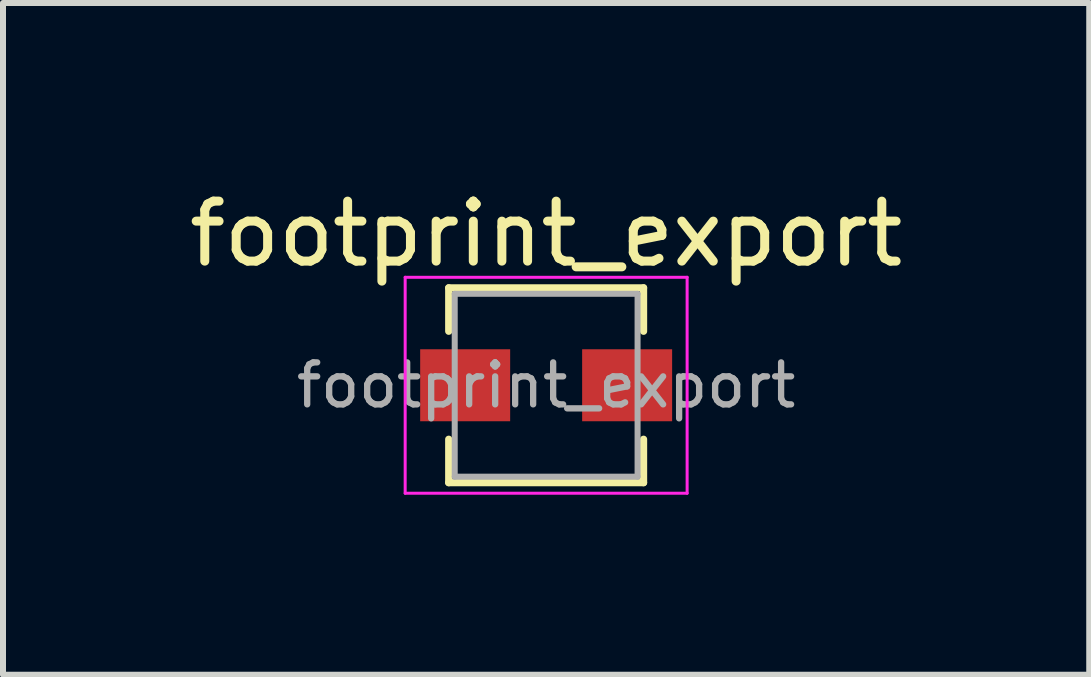
<source format=kicad_pcb>
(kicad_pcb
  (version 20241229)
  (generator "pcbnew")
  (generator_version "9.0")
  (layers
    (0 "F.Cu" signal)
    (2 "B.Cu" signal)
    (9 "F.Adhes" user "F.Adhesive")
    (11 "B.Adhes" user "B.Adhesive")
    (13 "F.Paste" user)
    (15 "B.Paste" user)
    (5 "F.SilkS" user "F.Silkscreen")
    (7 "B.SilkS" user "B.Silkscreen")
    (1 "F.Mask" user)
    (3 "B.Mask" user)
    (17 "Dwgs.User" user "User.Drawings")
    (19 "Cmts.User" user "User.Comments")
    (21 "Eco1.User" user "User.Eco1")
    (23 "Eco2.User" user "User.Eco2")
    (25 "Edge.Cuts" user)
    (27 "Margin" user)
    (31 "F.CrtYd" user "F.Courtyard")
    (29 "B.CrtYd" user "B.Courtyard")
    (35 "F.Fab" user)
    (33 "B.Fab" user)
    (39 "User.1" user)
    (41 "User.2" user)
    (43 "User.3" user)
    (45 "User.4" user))
  (footprint "footprint_export"
    (layer "F.Cu")
    (at 6.054 3.372)
    (property "Reference" "footprint_export" (at 0 -2.524 0) (layer "F.SilkS") (effects (font (size 1 1) (thickness 0.15))))
    (attr smd)
    (fp_line (start -1.624 -1.624) (end 1.624 -1.624) (stroke (width 0.12) (type solid)) (layer "F.SilkS"))
    (fp_line (start -1.624 -0.9) (end -1.624 -1.624) (stroke (width 0.12) (type solid)) (layer "F.SilkS"))
    (fp_line (start -1.624 0.9) (end -1.624 1.624) (stroke (width 0.12) (type solid)) (layer "F.SilkS"))
    (fp_line (start -1.624 1.624) (end 1.624 1.624) (stroke (width 0.12) (type solid)) (layer "F.SilkS"))
    (fp_line (start 1.624 -1.624) (end 1.624 -0.9) (stroke (width 0.12) (type solid)) (layer "F.SilkS"))
    (fp_line (start 1.624 1.624) (end 1.624 0.9) (stroke (width 0.12) (type solid)) (layer "F.SilkS"))
    (fp_line (start -2.35 -1.8) (end -2.35 1.8) (stroke (width 0.05) (type solid)) (layer "F.CrtYd"))
    (fp_line (start -2.35 1.8) (end 2.35 1.8) (stroke (width 0.05) (type solid)) (layer "F.CrtYd"))
    (fp_line (start 2.35 -1.8) (end -2.35 -1.8) (stroke (width 0.05) (type solid)) (layer "F.CrtYd"))
    (fp_line (start 2.35 1.8) (end 2.35 -1.8) (stroke (width 0.05) (type solid)) (layer "F.CrtYd"))
    (fp_line (start -1.524 -1.524) (end -1.524 1.524) (stroke (width 0.1) (type solid)) (layer "F.Fab"))
    (fp_line (start -1.524 1.524) (end 1.524 1.524) (stroke (width 0.1) (type solid)) (layer "F.Fab"))
    (fp_line (start 1.524 -1.524) (end -1.524 -1.524) (stroke (width 0.1) (type solid)) (layer "F.Fab"))
    (fp_line (start 1.524 1.524) (end 1.524 -1.524) (stroke (width 0.1) (type solid)) (layer "F.Fab"))
    (fp_text user "${REFERENCE}" (at 0 0 0) (layer "F.Fab") (effects (font (size 0.7 0.7) (thickness 0.105))))
    (pad "1" smd rect (at -1.35 0) (size 1.5 1.2) (layers "F.Cu" "F.Mask" "F.Paste"))
    (pad "2" smd rect (at 1.35 0) (size 1.5 1.2) (layers "F.Cu" "F.Mask" "F.Paste")))
  (gr_rect
    (start -3 -3)
    (end 15.107 8.197)
    (stroke (width 0.1) (type default))
    (fill no)
    (layer "Edge.Cuts")))
</source>
